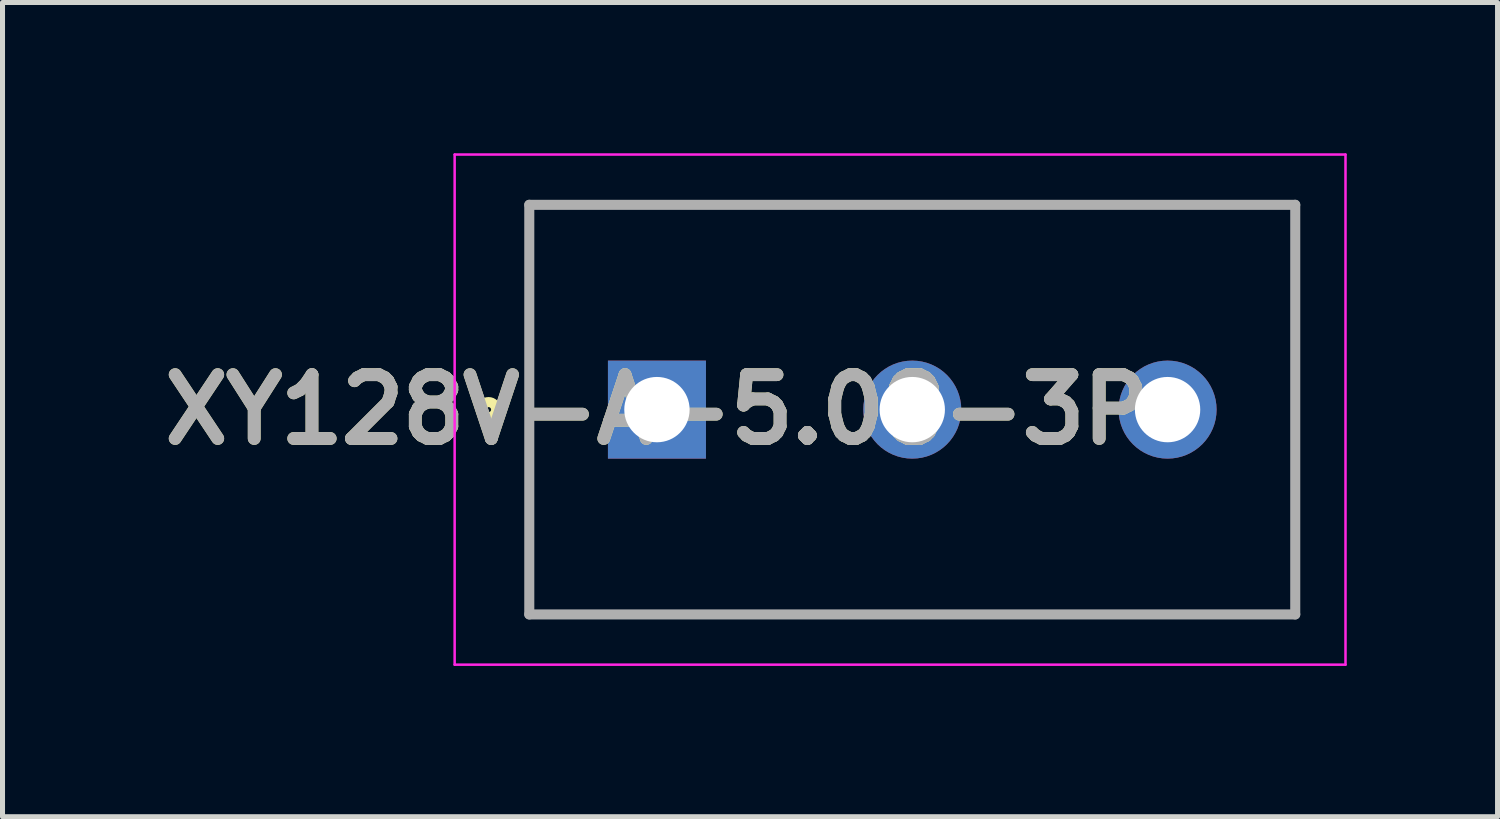
<source format=kicad_pcb>
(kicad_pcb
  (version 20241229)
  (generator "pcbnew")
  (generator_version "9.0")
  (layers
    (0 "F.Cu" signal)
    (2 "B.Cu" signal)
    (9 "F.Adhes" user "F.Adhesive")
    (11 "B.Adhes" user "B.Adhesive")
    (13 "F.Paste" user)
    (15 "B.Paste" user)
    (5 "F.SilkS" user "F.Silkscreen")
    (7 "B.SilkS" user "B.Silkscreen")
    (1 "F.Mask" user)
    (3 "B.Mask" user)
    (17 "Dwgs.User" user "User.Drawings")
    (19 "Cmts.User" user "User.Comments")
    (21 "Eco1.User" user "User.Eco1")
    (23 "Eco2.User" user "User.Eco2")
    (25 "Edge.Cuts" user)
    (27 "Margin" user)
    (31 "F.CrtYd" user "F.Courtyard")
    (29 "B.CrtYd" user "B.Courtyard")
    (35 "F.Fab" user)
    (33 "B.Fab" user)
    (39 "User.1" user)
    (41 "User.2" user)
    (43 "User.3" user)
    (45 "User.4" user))
  (footprint "XY128V-A-5.08-3P"
    (layer "F.Cu")
    (at 10.021 5.1)
    (property "Reference" "XY128V-A-5.08-3P" (at 0 0 0) (layer "F.SilkS") (effects (font (size 1.27 1.27) (thickness 0.254))))
    (attr through_hole)
    (fp_line (start -2.54 -4.075) (end 12.7 -4.075) (stroke (width 0.1) (type solid)) (layer "F.SilkS"))
    (fp_line (start -2.54 4.075) (end -2.54 -4.075) (stroke (width 0.1) (type solid)) (layer "F.SilkS"))
    (fp_line (start 12.7 -4.075) (end 12.7 4.075) (stroke (width 0.1) (type solid)) (layer "F.SilkS"))
    (fp_line (start 12.7 4.075) (end -2.54 4.075) (stroke (width 0.1) (type solid)) (layer "F.SilkS"))
    (fp_circle (center -3.35 0) (end -3.35 0.05) (stroke (width 0.2) (type solid)) (fill no) (layer "F.SilkS"))
    (fp_line (start -4.025 -5.075) (end 13.7 -5.075) (stroke (width 0.05) (type solid)) (layer "F.CrtYd"))
    (fp_line (start -4.025 5.075) (end -4.025 -5.075) (stroke (width 0.05) (type solid)) (layer "F.CrtYd"))
    (fp_line (start 13.7 -5.075) (end 13.7 5.075) (stroke (width 0.05) (type solid)) (layer "F.CrtYd"))
    (fp_line (start 13.7 5.075) (end -4.025 5.075) (stroke (width 0.05) (type solid)) (layer "F.CrtYd"))
    (fp_line (start -2.54 -4.075) (end 12.7 -4.075) (stroke (width 0.2) (type solid)) (layer "F.Fab"))
    (fp_line (start -2.54 4.075) (end -2.54 -4.075) (stroke (width 0.2) (type solid)) (layer "F.Fab"))
    (fp_line (start 12.7 -4.075) (end 12.7 4.075) (stroke (width 0.2) (type solid)) (layer "F.Fab"))
    (fp_line (start 12.7 4.075) (end -2.54 4.075) (stroke (width 0.2) (type solid)) (layer "F.Fab"))
    (fp_text user "${REFERENCE}" (at 0 0 0) (layer "F.Fab") (effects (font (size 1.27 1.27) (thickness 0.254))))
    (pad "1" thru_hole rect (at 0 0) (size 1.95 1.95) (drill 1.3) (layers "*.Cu" "*.Mask"))
    (pad "2" thru_hole circle (at 5.08 0) (size 1.95 1.95) (drill 1.3) (layers "*.Cu" "*.Mask"))
    (pad "3" thru_hole circle (at 10.16 0) (size 1.95 1.95) (drill 1.3) (layers "*.Cu" "*.Mask")))
  (gr_rect
    (start -3 -3)
    (end 26.746 13.2)
    (stroke (width 0.1) (type default))
    (fill no)
    (layer "Edge.Cuts")))
</source>
